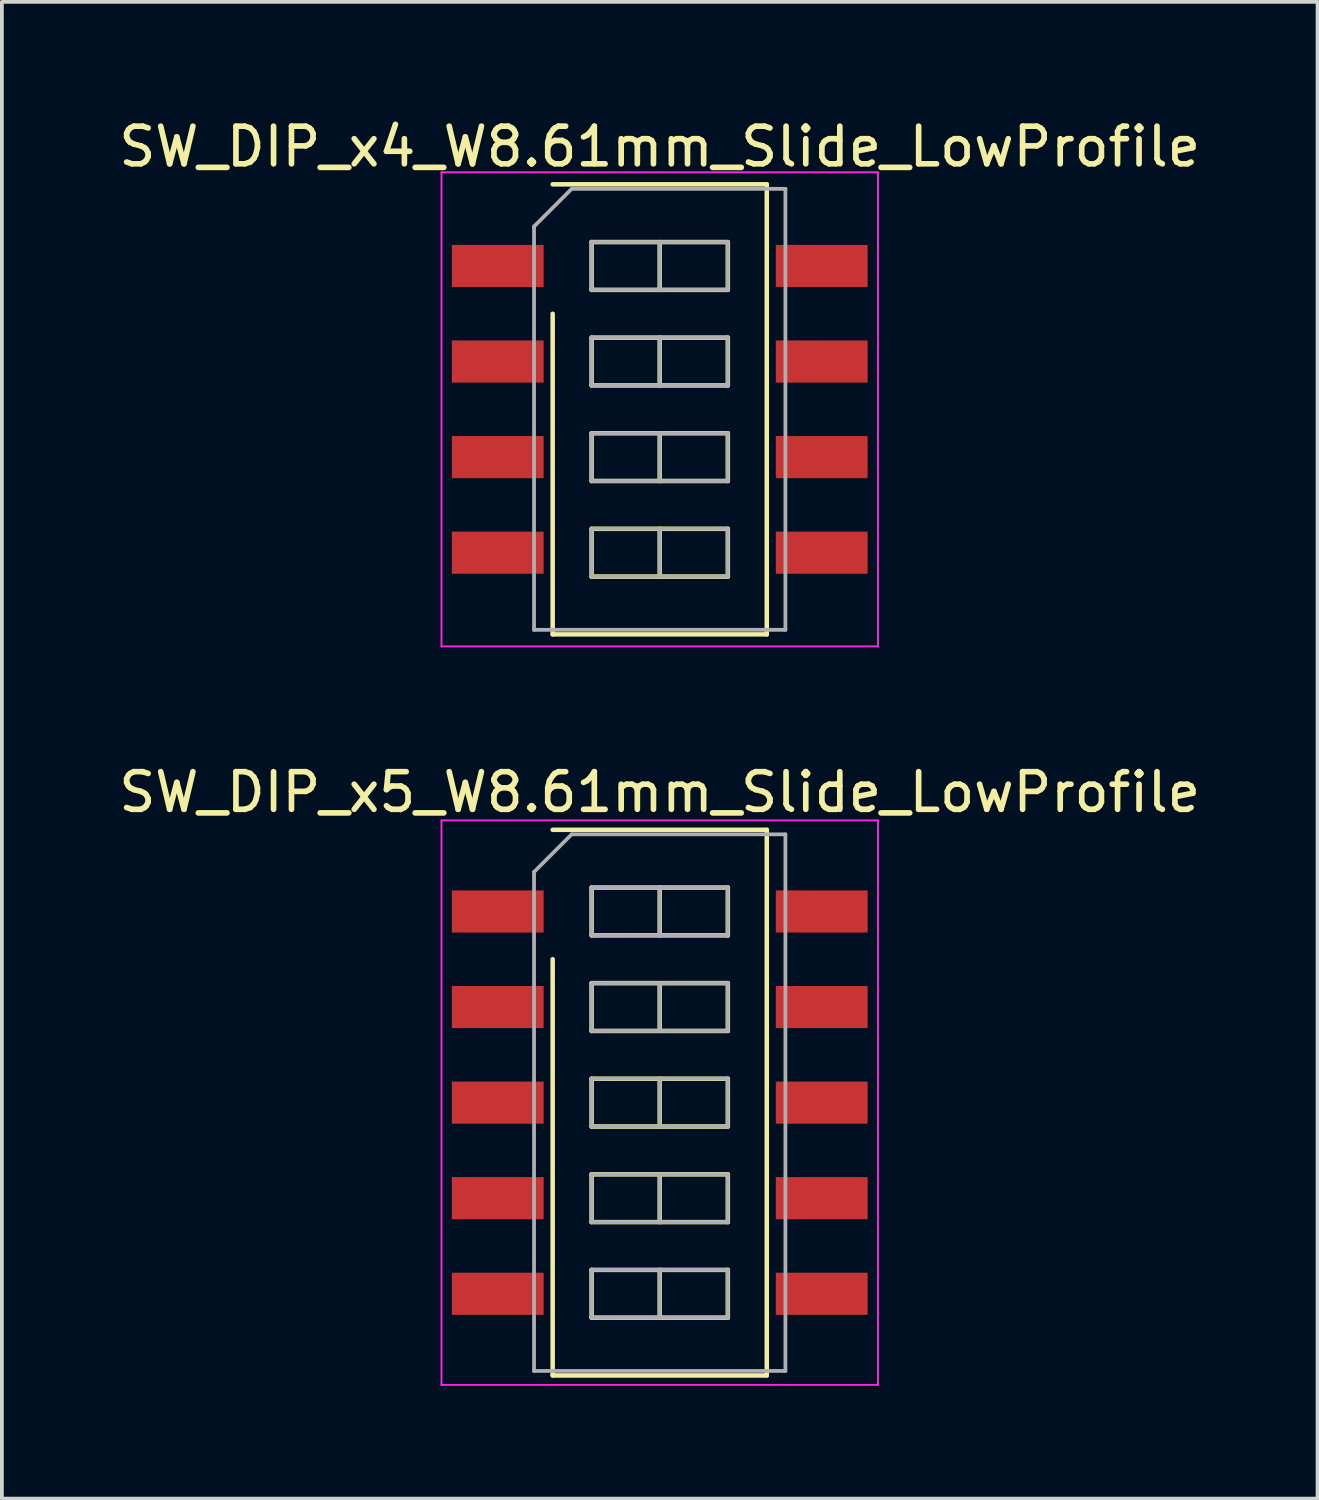
<source format=kicad_pcb>
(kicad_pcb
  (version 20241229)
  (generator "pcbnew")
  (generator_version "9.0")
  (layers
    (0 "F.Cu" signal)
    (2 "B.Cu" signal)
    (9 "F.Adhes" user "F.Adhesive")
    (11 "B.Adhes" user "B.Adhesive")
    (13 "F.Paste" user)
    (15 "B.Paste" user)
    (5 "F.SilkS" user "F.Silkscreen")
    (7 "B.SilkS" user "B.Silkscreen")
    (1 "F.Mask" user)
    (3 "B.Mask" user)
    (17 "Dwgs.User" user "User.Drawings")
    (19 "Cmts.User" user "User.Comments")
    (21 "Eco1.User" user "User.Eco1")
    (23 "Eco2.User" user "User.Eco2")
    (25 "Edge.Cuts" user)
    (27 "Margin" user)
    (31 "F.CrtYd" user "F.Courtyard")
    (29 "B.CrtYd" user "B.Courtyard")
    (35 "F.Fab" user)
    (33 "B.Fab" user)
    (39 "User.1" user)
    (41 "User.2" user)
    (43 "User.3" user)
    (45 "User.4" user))
  (footprint "SW_DIP_x5_W8.61mm_Slide_LowProfile"
    (layer "F.Cu")
    (at 14.482 26.252)
    (property "Reference" "SW_DIP_x5_W8.61mm_Slide_LowProfile" (at 0 -8.25 0) (layer "F.SilkS") (effects (font (size 1 1) (thickness 0.15))))
    (attr smd)
    (fp_line (start -2.845 -7.25) (end 2.845 -7.25) (stroke (width 0.12) (type solid)) (layer "F.SilkS"))
    (fp_line (start -2.845 7.25) (end -2.845 -3.81) (stroke (width 0.12) (type solid)) (layer "F.SilkS"))
    (fp_line (start -1.81 -5.715) (end -1.81 -4.445) (stroke (width 0.12) (type solid)) (layer "F.SilkS"))
    (fp_line (start -1.81 -4.445) (end 1.81 -4.445) (stroke (width 0.12) (type solid)) (layer "F.SilkS"))
    (fp_line (start -1.81 -3.175) (end -1.81 -1.905) (stroke (width 0.12) (type solid)) (layer "F.SilkS"))
    (fp_line (start -1.81 -1.905) (end 1.81 -1.905) (stroke (width 0.12) (type solid)) (layer "F.SilkS"))
    (fp_line (start -1.81 -0.635) (end -1.81 0.635) (stroke (width 0.12) (type solid)) (layer "F.SilkS"))
    (fp_line (start -1.81 0.635) (end 1.81 0.635) (stroke (width 0.12) (type solid)) (layer "F.SilkS"))
    (fp_line (start -1.81 1.905) (end -1.81 3.175) (stroke (width 0.12) (type solid)) (layer "F.SilkS"))
    (fp_line (start -1.81 3.175) (end 1.81 3.175) (stroke (width 0.12) (type solid)) (layer "F.SilkS"))
    (fp_line (start -1.81 4.445) (end -1.81 5.715) (stroke (width 0.12) (type solid)) (layer "F.SilkS"))
    (fp_line (start -1.81 5.715) (end 1.81 5.715) (stroke (width 0.12) (type solid)) (layer "F.SilkS"))
    (fp_line (start 0 -5.715) (end 0 -4.445) (stroke (width 0.12) (type solid)) (layer "F.SilkS"))
    (fp_line (start 0 -3.175) (end 0 -1.905) (stroke (width 0.12) (type solid)) (layer "F.SilkS"))
    (fp_line (start 0 -0.635) (end 0 0.635) (stroke (width 0.12) (type solid)) (layer "F.SilkS"))
    (fp_line (start 0 1.905) (end 0 3.175) (stroke (width 0.12) (type solid)) (layer "F.SilkS"))
    (fp_line (start 0 4.445) (end 0 5.715) (stroke (width 0.12) (type solid)) (layer "F.SilkS"))
    (fp_line (start 1.81 -5.715) (end -1.81 -5.715) (stroke (width 0.12) (type solid)) (layer "F.SilkS"))
    (fp_line (start 1.81 -4.445) (end 1.81 -5.715) (stroke (width 0.12) (type solid)) (layer "F.SilkS"))
    (fp_line (start 1.81 -3.175) (end -1.81 -3.175) (stroke (width 0.12) (type solid)) (layer "F.SilkS"))
    (fp_line (start 1.81 -1.905) (end 1.81 -3.175) (stroke (width 0.12) (type solid)) (layer "F.SilkS"))
    (fp_line (start 1.81 -0.635) (end -1.81 -0.635) (stroke (width 0.12) (type solid)) (layer "F.SilkS"))
    (fp_line (start 1.81 0.635) (end 1.81 -0.635) (stroke (width 0.12) (type solid)) (layer "F.SilkS"))
    (fp_line (start 1.81 1.905) (end -1.81 1.905) (stroke (width 0.12) (type solid)) (layer "F.SilkS"))
    (fp_line (start 1.81 3.175) (end 1.81 1.905) (stroke (width 0.12) (type solid)) (layer "F.SilkS"))
    (fp_line (start 1.81 4.445) (end -1.81 4.445) (stroke (width 0.12) (type solid)) (layer "F.SilkS"))
    (fp_line (start 1.81 5.715) (end 1.81 4.445) (stroke (width 0.12) (type solid)) (layer "F.SilkS"))
    (fp_line (start 2.845 -7.25) (end 2.845 7.25) (stroke (width 0.12) (type solid)) (layer "F.SilkS"))
    (fp_line (start 2.845 7.25) (end -2.845 7.25) (stroke (width 0.12) (type solid)) (layer "F.SilkS"))
    (fp_line (start -5.8 -7.5) (end -5.8 7.5) (stroke (width 0.05) (type solid)) (layer "F.CrtYd"))
    (fp_line (start -5.8 7.5) (end 5.8 7.5) (stroke (width 0.05) (type solid)) (layer "F.CrtYd"))
    (fp_line (start 5.8 -7.5) (end -5.8 -7.5) (stroke (width 0.05) (type solid)) (layer "F.CrtYd"))
    (fp_line (start 5.8 7.5) (end 5.8 -7.5) (stroke (width 0.05) (type solid)) (layer "F.CrtYd"))
    (fp_line (start -3.34 -6.13) (end -2.34 -7.13) (stroke (width 0.1) (type solid)) (layer "F.Fab"))
    (fp_line (start -3.34 7.13) (end -3.34 -6.13) (stroke (width 0.1) (type solid)) (layer "F.Fab"))
    (fp_line (start -2.34 -7.13) (end 3.34 -7.13) (stroke (width 0.1) (type solid)) (layer "F.Fab"))
    (fp_line (start -1.81 -5.715) (end -1.81 -4.445) (stroke (width 0.1) (type solid)) (layer "F.Fab"))
    (fp_line (start -1.81 -4.445) (end 1.81 -4.445) (stroke (width 0.1) (type solid)) (layer "F.Fab"))
    (fp_line (start -1.81 -3.175) (end -1.81 -1.905) (stroke (width 0.1) (type solid)) (layer "F.Fab"))
    (fp_line (start -1.81 -1.905) (end 1.81 -1.905) (stroke (width 0.1) (type solid)) (layer "F.Fab"))
    (fp_line (start -1.81 -0.635) (end -1.81 0.635) (stroke (width 0.1) (type solid)) (layer "F.Fab"))
    (fp_line (start -1.81 0.635) (end 1.81 0.635) (stroke (width 0.1) (type solid)) (layer "F.Fab"))
    (fp_line (start -1.81 1.905) (end -1.81 3.175) (stroke (width 0.1) (type solid)) (layer "F.Fab"))
    (fp_line (start -1.81 3.175) (end 1.81 3.175) (stroke (width 0.1) (type solid)) (layer "F.Fab"))
    (fp_line (start -1.81 4.445) (end -1.81 5.715) (stroke (width 0.1) (type solid)) (layer "F.Fab"))
    (fp_line (start -1.81 5.715) (end 1.81 5.715) (stroke (width 0.1) (type solid)) (layer "F.Fab"))
    (fp_line (start 0 -5.715) (end 0 -4.445) (stroke (width 0.1) (type solid)) (layer "F.Fab"))
    (fp_line (start 0 -3.175) (end 0 -1.905) (stroke (width 0.1) (type solid)) (layer "F.Fab"))
    (fp_line (start 0 -0.635) (end 0 0.635) (stroke (width 0.1) (type solid)) (layer "F.Fab"))
    (fp_line (start 0 1.905) (end 0 3.175) (stroke (width 0.1) (type solid)) (layer "F.Fab"))
    (fp_line (start 0 4.445) (end 0 5.715) (stroke (width 0.1) (type solid)) (layer "F.Fab"))
    (fp_line (start 1.81 -5.715) (end -1.81 -5.715) (stroke (width 0.1) (type solid)) (layer "F.Fab"))
    (fp_line (start 1.81 -4.445) (end 1.81 -5.715) (stroke (width 0.1) (type solid)) (layer "F.Fab"))
    (fp_line (start 1.81 -3.175) (end -1.81 -3.175) (stroke (width 0.1) (type solid)) (layer "F.Fab"))
    (fp_line (start 1.81 -1.905) (end 1.81 -3.175) (stroke (width 0.1) (type solid)) (layer "F.Fab"))
    (fp_line (start 1.81 -0.635) (end -1.81 -0.635) (stroke (width 0.1) (type solid)) (layer "F.Fab"))
    (fp_line (start 1.81 0.635) (end 1.81 -0.635) (stroke (width 0.1) (type solid)) (layer "F.Fab"))
    (fp_line (start 1.81 1.905) (end -1.81 1.905) (stroke (width 0.1) (type solid)) (layer "F.Fab"))
    (fp_line (start 1.81 3.175) (end 1.81 1.905) (stroke (width 0.1) (type solid)) (layer "F.Fab"))
    (fp_line (start 1.81 4.445) (end -1.81 4.445) (stroke (width 0.1) (type solid)) (layer "F.Fab"))
    (fp_line (start 1.81 5.715) (end 1.81 4.445) (stroke (width 0.1) (type solid)) (layer "F.Fab"))
    (fp_line (start 3.34 -7.13) (end 3.34 7.13) (stroke (width 0.1) (type solid)) (layer "F.Fab"))
    (fp_line (start 3.34 7.13) (end -3.34 7.13) (stroke (width 0.1) (type solid)) (layer "F.Fab"))
    (pad "1" smd rect (at -4.305 -5.08) (size 2.44 1.12) (layers "F.Cu" "F.Mask"))
    (pad "2" smd rect (at -4.305 -2.54) (size 2.44 1.12) (layers "F.Cu" "F.Mask"))
    (pad "3" smd rect (at -4.305 0) (size 2.44 1.12) (layers "F.Cu" "F.Mask"))
    (pad "4" smd rect (at -4.305 2.54) (size 2.44 1.12) (layers "F.Cu" "F.Mask"))
    (pad "5" smd rect (at -4.305 5.08) (size 2.44 1.12) (layers "F.Cu" "F.Mask"))
    (pad "6" smd rect (at 4.305 5.08) (size 2.44 1.12) (layers "F.Cu" "F.Mask"))
    (pad "7" smd rect (at 4.305 2.54) (size 2.44 1.12) (layers "F.Cu" "F.Mask"))
    (pad "8" smd rect (at 4.305 0) (size 2.44 1.12) (layers "F.Cu" "F.Mask"))
    (pad "9" smd rect (at 4.305 -2.54) (size 2.44 1.12) (layers "F.Cu" "F.Mask"))
    (pad "10" smd rect (at 4.305 -5.08) (size 2.44 1.12) (layers "F.Cu" "F.Mask")))
  (footprint "SW_DIP_x4_W8.61mm_Slide_LowProfile"
    (layer "F.Cu")
    (at 14.482 7.828)
    (property "Reference" "SW_DIP_x4_W8.61mm_Slide_LowProfile" (at 0 -6.98 0) (layer "F.SilkS") (effects (font (size 1 1) (thickness 0.15))))
    (attr smd)
    (fp_line (start -2.845 -5.98) (end 2.845 -5.98) (stroke (width 0.12) (type solid)) (layer "F.SilkS"))
    (fp_line (start -2.845 5.98) (end -2.845 -2.54) (stroke (width 0.12) (type solid)) (layer "F.SilkS"))
    (fp_line (start -1.81 -4.445) (end -1.81 -3.175) (stroke (width 0.12) (type solid)) (layer "F.SilkS"))
    (fp_line (start -1.81 -3.175) (end 1.81 -3.175) (stroke (width 0.12) (type solid)) (layer "F.SilkS"))
    (fp_line (start -1.81 -1.905) (end -1.81 -0.635) (stroke (width 0.12) (type solid)) (layer "F.SilkS"))
    (fp_line (start -1.81 -0.635) (end 1.81 -0.635) (stroke (width 0.12) (type solid)) (layer "F.SilkS"))
    (fp_line (start -1.81 0.635) (end -1.81 1.905) (stroke (width 0.12) (type solid)) (layer "F.SilkS"))
    (fp_line (start -1.81 1.905) (end 1.81 1.905) (stroke (width 0.12) (type solid)) (layer "F.SilkS"))
    (fp_line (start -1.81 3.175) (end -1.81 4.445) (stroke (width 0.12) (type solid)) (layer "F.SilkS"))
    (fp_line (start -1.81 4.445) (end 1.81 4.445) (stroke (width 0.12) (type solid)) (layer "F.SilkS"))
    (fp_line (start 0 -4.445) (end 0 -3.175) (stroke (width 0.12) (type solid)) (layer "F.SilkS"))
    (fp_line (start 0 -1.905) (end 0 -0.635) (stroke (width 0.12) (type solid)) (layer "F.SilkS"))
    (fp_line (start 0 0.635) (end 0 1.905) (stroke (width 0.12) (type solid)) (layer "F.SilkS"))
    (fp_line (start 0 3.175) (end 0 4.445) (stroke (width 0.12) (type solid)) (layer "F.SilkS"))
    (fp_line (start 1.81 -4.445) (end -1.81 -4.445) (stroke (width 0.12) (type solid)) (layer "F.SilkS"))
    (fp_line (start 1.81 -3.175) (end 1.81 -4.445) (stroke (width 0.12) (type solid)) (layer "F.SilkS"))
    (fp_line (start 1.81 -1.905) (end -1.81 -1.905) (stroke (width 0.12) (type solid)) (layer "F.SilkS"))
    (fp_line (start 1.81 -0.635) (end 1.81 -1.905) (stroke (width 0.12) (type solid)) (layer "F.SilkS"))
    (fp_line (start 1.81 0.635) (end -1.81 0.635) (stroke (width 0.12) (type solid)) (layer "F.SilkS"))
    (fp_line (start 1.81 1.905) (end 1.81 0.635) (stroke (width 0.12) (type solid)) (layer "F.SilkS"))
    (fp_line (start 1.81 3.175) (end -1.81 3.175) (stroke (width 0.12) (type solid)) (layer "F.SilkS"))
    (fp_line (start 1.81 4.445) (end 1.81 3.175) (stroke (width 0.12) (type solid)) (layer "F.SilkS"))
    (fp_line (start 2.845 -5.98) (end 2.845 5.98) (stroke (width 0.12) (type solid)) (layer "F.SilkS"))
    (fp_line (start 2.845 5.98) (end -2.845 5.98) (stroke (width 0.12) (type solid)) (layer "F.SilkS"))
    (fp_line (start -5.8 -6.3) (end -5.8 6.3) (stroke (width 0.05) (type solid)) (layer "F.CrtYd"))
    (fp_line (start -5.8 6.3) (end 5.8 6.3) (stroke (width 0.05) (type solid)) (layer "F.CrtYd"))
    (fp_line (start 5.8 -6.3) (end -5.8 -6.3) (stroke (width 0.05) (type solid)) (layer "F.CrtYd"))
    (fp_line (start 5.8 6.3) (end 5.8 -6.3) (stroke (width 0.05) (type solid)) (layer "F.CrtYd"))
    (fp_line (start -3.34 -4.86) (end -2.34 -5.86) (stroke (width 0.1) (type solid)) (layer "F.Fab"))
    (fp_line (start -3.34 5.86) (end -3.34 -4.86) (stroke (width 0.1) (type solid)) (layer "F.Fab"))
    (fp_line (start -2.34 -5.86) (end 3.34 -5.86) (stroke (width 0.1) (type solid)) (layer "F.Fab"))
    (fp_line (start -1.81 -4.445) (end -1.81 -3.175) (stroke (width 0.1) (type solid)) (layer "F.Fab"))
    (fp_line (start -1.81 -3.175) (end 1.81 -3.175) (stroke (width 0.1) (type solid)) (layer "F.Fab"))
    (fp_line (start -1.81 -1.905) (end -1.81 -0.635) (stroke (width 0.1) (type solid)) (layer "F.Fab"))
    (fp_line (start -1.81 -0.635) (end 1.81 -0.635) (stroke (width 0.1) (type solid)) (layer "F.Fab"))
    (fp_line (start -1.81 0.635) (end -1.81 1.905) (stroke (width 0.1) (type solid)) (layer "F.Fab"))
    (fp_line (start -1.81 1.905) (end 1.81 1.905) (stroke (width 0.1) (type solid)) (layer "F.Fab"))
    (fp_line (start -1.81 3.175) (end -1.81 4.445) (stroke (width 0.1) (type solid)) (layer "F.Fab"))
    (fp_line (start -1.81 4.445) (end 1.81 4.445) (stroke (width 0.1) (type solid)) (layer "F.Fab"))
    (fp_line (start 0 -4.445) (end 0 -3.175) (stroke (width 0.1) (type solid)) (layer "F.Fab"))
    (fp_line (start 0 -1.905) (end 0 -0.635) (stroke (width 0.1) (type solid)) (layer "F.Fab"))
    (fp_line (start 0 0.635) (end 0 1.905) (stroke (width 0.1) (type solid)) (layer "F.Fab"))
    (fp_line (start 0 3.175) (end 0 4.445) (stroke (width 0.1) (type solid)) (layer "F.Fab"))
    (fp_line (start 1.81 -4.445) (end -1.81 -4.445) (stroke (width 0.1) (type solid)) (layer "F.Fab"))
    (fp_line (start 1.81 -3.175) (end 1.81 -4.445) (stroke (width 0.1) (type solid)) (layer "F.Fab"))
    (fp_line (start 1.81 -1.905) (end -1.81 -1.905) (stroke (width 0.1) (type solid)) (layer "F.Fab"))
    (fp_line (start 1.81 -0.635) (end 1.81 -1.905) (stroke (width 0.1) (type solid)) (layer "F.Fab"))
    (fp_line (start 1.81 0.635) (end -1.81 0.635) (stroke (width 0.1) (type solid)) (layer "F.Fab"))
    (fp_line (start 1.81 1.905) (end 1.81 0.635) (stroke (width 0.1) (type solid)) (layer "F.Fab"))
    (fp_line (start 1.81 3.175) (end -1.81 3.175) (stroke (width 0.1) (type solid)) (layer "F.Fab"))
    (fp_line (start 1.81 4.445) (end 1.81 3.175) (stroke (width 0.1) (type solid)) (layer "F.Fab"))
    (fp_line (start 3.34 -5.86) (end 3.34 5.86) (stroke (width 0.1) (type solid)) (layer "F.Fab"))
    (fp_line (start 3.34 5.86) (end -3.34 5.86) (stroke (width 0.1) (type solid)) (layer "F.Fab"))
    (pad "1" smd rect (at -4.305 -3.81) (size 2.44 1.12) (layers "F.Cu" "F.Mask"))
    (pad "2" smd rect (at -4.305 -1.27) (size 2.44 1.12) (layers "F.Cu" "F.Mask"))
    (pad "3" smd rect (at -4.305 1.27) (size 2.44 1.12) (layers "F.Cu" "F.Mask"))
    (pad "4" smd rect (at -4.305 3.81) (size 2.44 1.12) (layers "F.Cu" "F.Mask"))
    (pad "5" smd rect (at 4.305 3.81) (size 2.44 1.12) (layers "F.Cu" "F.Mask"))
    (pad "6" smd rect (at 4.305 1.27) (size 2.44 1.12) (layers "F.Cu" "F.Mask"))
    (pad "7" smd rect (at 4.305 -1.27) (size 2.44 1.12) (layers "F.Cu" "F.Mask"))
    (pad "8" smd rect (at 4.305 -3.81) (size 2.44 1.12) (layers "F.Cu" "F.Mask")))
  (gr_rect
    (start -3 -3)
    (end 31.964 36.776)
    (stroke (width 0.1) (type default))
    (fill no)
    (layer "Edge.Cuts")))
</source>
